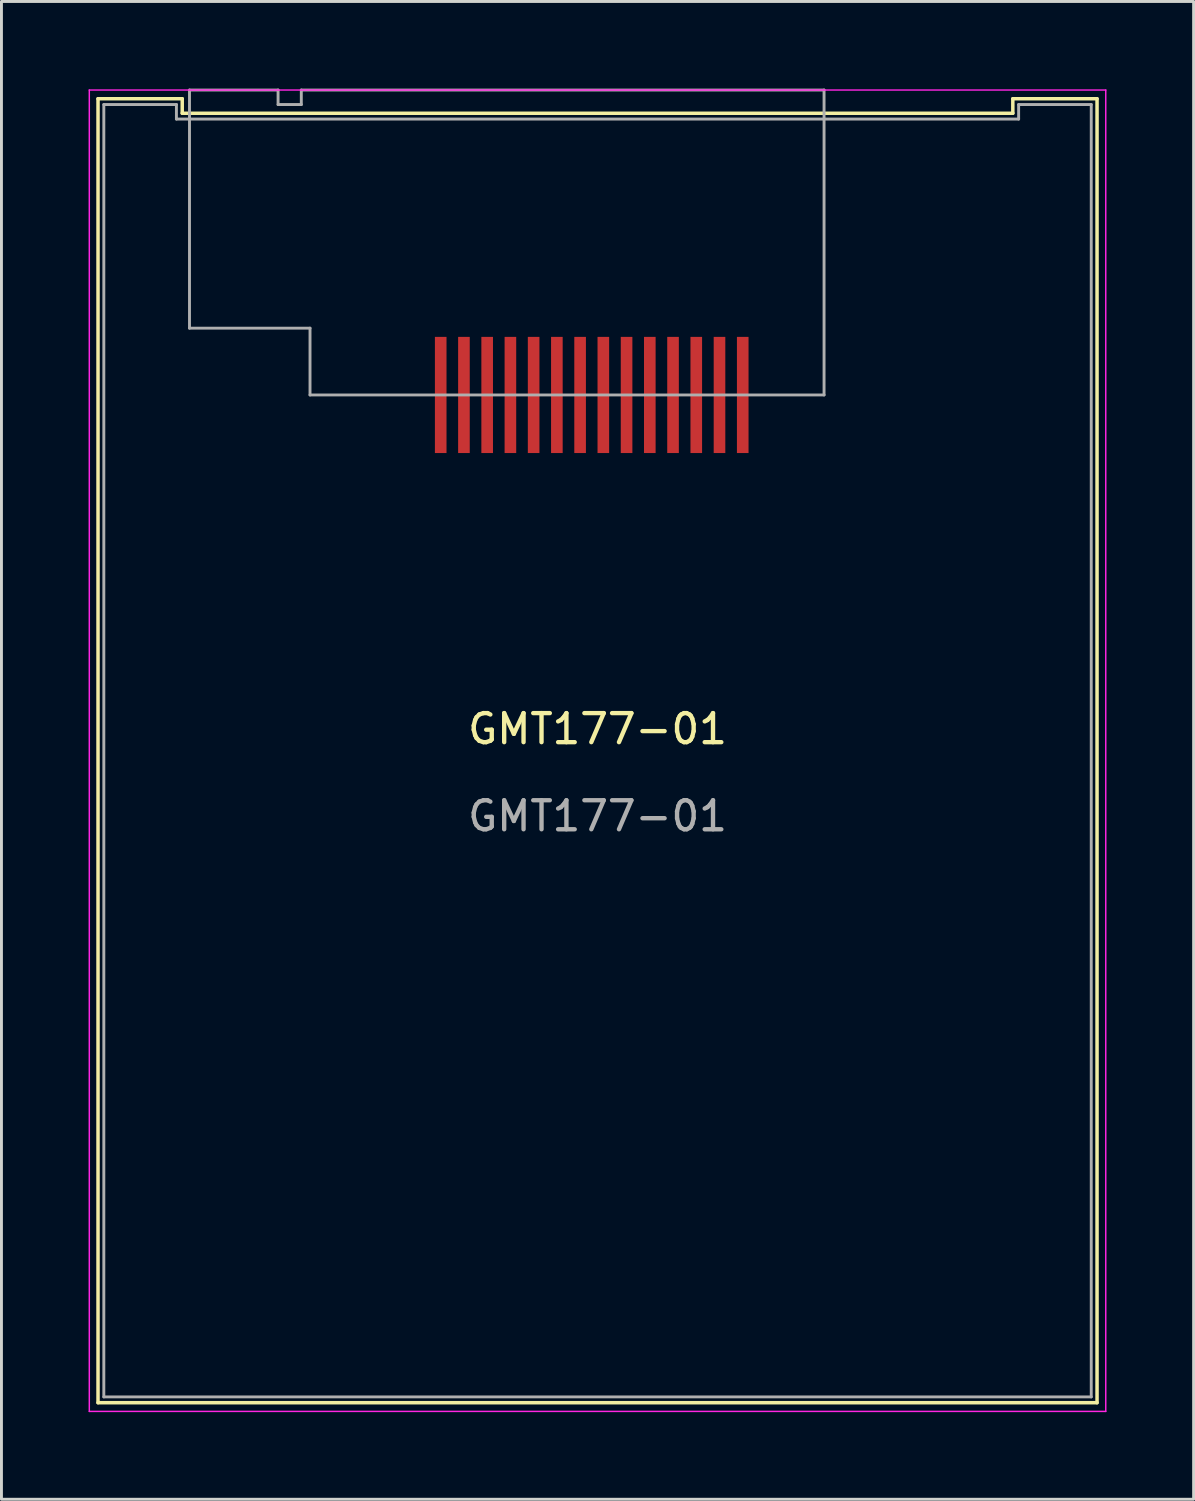
<source format=kicad_pcb>
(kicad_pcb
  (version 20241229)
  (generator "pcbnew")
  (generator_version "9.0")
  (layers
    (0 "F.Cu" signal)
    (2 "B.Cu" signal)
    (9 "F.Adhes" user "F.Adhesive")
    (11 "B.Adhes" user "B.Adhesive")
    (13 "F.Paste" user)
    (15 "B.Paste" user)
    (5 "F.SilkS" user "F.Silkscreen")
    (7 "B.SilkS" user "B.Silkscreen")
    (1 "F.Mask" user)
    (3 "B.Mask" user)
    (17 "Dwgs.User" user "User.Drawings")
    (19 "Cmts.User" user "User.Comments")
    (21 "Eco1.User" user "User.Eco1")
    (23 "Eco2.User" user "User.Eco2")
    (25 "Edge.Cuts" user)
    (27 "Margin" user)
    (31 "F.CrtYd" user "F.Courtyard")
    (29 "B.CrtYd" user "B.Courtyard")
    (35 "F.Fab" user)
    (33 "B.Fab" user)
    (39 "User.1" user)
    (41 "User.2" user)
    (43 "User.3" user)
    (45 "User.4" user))
  (footprint "GMT177-01"
    (layer "F.Cu")
    (at 17.525 22.55)
    (property "Reference" "GMT177-01" (at 0 -0.5 0) (unlocked yes) (layer "F.SilkS") (effects (font (size 1 1) (thickness 0.15))))
    (attr smd)
    (fp_line (start -17.2 -22.2) (end -17.2 22.7) (stroke (width 0.12) (type default)) (layer "F.SilkS"))
    (fp_line (start -17.2 22.7) (end 17.2 22.7) (stroke (width 0.12) (type default)) (layer "F.SilkS"))
    (fp_line (start -14.3 -22.2) (end -17.2 -22.2) (stroke (width 0.12) (type default)) (layer "F.SilkS"))
    (fp_line (start -14.3 -21.7) (end -14.3 -22.2) (stroke (width 0.12) (type default)) (layer "F.SilkS"))
    (fp_line (start 14.3 -22.2) (end 14.3 -21.7) (stroke (width 0.12) (type default)) (layer "F.SilkS"))
    (fp_line (start 14.3 -21.7) (end -14.3 -21.7) (stroke (width 0.12) (type default)) (layer "F.SilkS"))
    (fp_line (start 17.2 -22.2) (end 14.3 -22.2) (stroke (width 0.12) (type default)) (layer "F.SilkS"))
    (fp_line (start 17.2 22.7) (end 17.2 -22.2) (stroke (width 0.12) (type default)) (layer "F.SilkS"))
    (fp_line (start -17.5 -22.5) (end 17.5 -22.5) (stroke (width 0.05) (type default)) (layer "F.CrtYd"))
    (fp_line (start -17.5 23) (end -17.5 -22.5) (stroke (width 0.05) (type default)) (layer "F.CrtYd"))
    (fp_line (start 17.5 -22.5) (end 17.5 23) (stroke (width 0.05) (type default)) (layer "F.CrtYd"))
    (fp_line (start 17.5 23) (end -17.5 23) (stroke (width 0.05) (type default)) (layer "F.CrtYd"))
    (fp_line (start -17 -22) (end -14.5 -22) (stroke (width 0.1) (type default)) (layer "F.Fab"))
    (fp_line (start -17 22.5) (end -17 -22) (stroke (width 0.1) (type default)) (layer "F.Fab"))
    (fp_line (start -14.5 -21.5) (end -14.5 -22) (stroke (width 0.1) (type default)) (layer "F.Fab"))
    (fp_line (start -14.5 -21.5) (end 14.5 -21.5) (stroke (width 0.1) (type default)) (layer "F.Fab"))
    (fp_line (start -14.05 -14.3) (end -14.05 -22.5) (stroke (width 0.1) (type default)) (layer "F.Fab"))
    (fp_line (start -11 -22.5) (end -14.05 -22.5) (stroke (width 0.1) (type default)) (layer "F.Fab"))
    (fp_line (start -11 -22.5) (end -11 -22) (stroke (width 0.1) (type default)) (layer "F.Fab"))
    (fp_line (start -11 -22) (end -10.2 -22) (stroke (width 0.1) (type default)) (layer "F.Fab"))
    (fp_line (start -10.2 -22) (end -10.2 -22.5) (stroke (width 0.1) (type default)) (layer "F.Fab"))
    (fp_line (start -9.9 -14.3) (end -14.05 -14.3) (stroke (width 0.1) (type default)) (layer "F.Fab"))
    (fp_line (start -9.9 -14.3) (end -9.9 -12) (stroke (width 0.1) (type default)) (layer "F.Fab"))
    (fp_line (start 7.8 -22.5) (end -10.2 -22.5) (stroke (width 0.1) (type default)) (layer "F.Fab"))
    (fp_line (start 7.8 -22.5) (end 7.8 -12) (stroke (width 0.1) (type default)) (layer "F.Fab"))
    (fp_line (start 7.8 -12) (end -9.9 -12) (stroke (width 0.1) (type default)) (layer "F.Fab"))
    (fp_line (start 14.5 -22) (end 17 -22) (stroke (width 0.1) (type default)) (layer "F.Fab"))
    (fp_line (start 14.5 -21.5) (end 14.5 -22) (stroke (width 0.1) (type default)) (layer "F.Fab"))
    (fp_line (start 17 22.5) (end -17 22.5) (stroke (width 0.1) (type default)) (layer "F.Fab"))
    (fp_line (start 17 22.5) (end 17 -22) (stroke (width 0.1) (type default)) (layer "F.Fab"))
    (fp_text user "${REFERENCE}" (at 0 2.5 0) (unlocked yes) (layer "F.Fab") (effects (font (size 1 1) (thickness 0.15))))
    (pad "1" smd rect (at -5.4 -12) (size 0.4 4) (layers "F.Cu" "F.Mask" "F.Paste"))
    (pad "2" smd rect (at -4.6 -12) (size 0.4 4) (layers "F.Cu" "F.Mask" "F.Paste"))
    (pad "3" smd rect (at -3.8 -12) (size 0.4 4) (layers "F.Cu" "F.Mask" "F.Paste"))
    (pad "4" smd rect (at -3 -12) (size 0.4 4) (layers "F.Cu" "F.Mask" "F.Paste"))
    (pad "5" smd rect (at -2.2 -12) (size 0.4 4) (layers "F.Cu" "F.Mask" "F.Paste"))
    (pad "6" smd rect (at -1.4 -12) (size 0.4 4) (layers "F.Cu" "F.Mask" "F.Paste"))
    (pad "7" smd rect (at -0.6 -12) (size 0.4 4) (layers "F.Cu" "F.Mask" "F.Paste"))
    (pad "8" smd rect (at 0.2 -12) (size 0.4 4) (layers "F.Cu" "F.Mask" "F.Paste"))
    (pad "9" smd rect (at 1 -12) (size 0.4 4) (layers "F.Cu" "F.Mask" "F.Paste"))
    (pad "10" smd rect (at 1.8 -12) (size 0.4 4) (layers "F.Cu" "F.Mask" "F.Paste"))
    (pad "11" smd rect (at 2.6 -12) (size 0.4 4) (layers "F.Cu" "F.Mask" "F.Paste"))
    (pad "12" smd rect (at 3.4 -12) (size 0.4 4) (layers "F.Cu" "F.Mask" "F.Paste"))
    (pad "13" smd rect (at 4.2 -12) (size 0.4 4) (layers "F.Cu" "F.Mask" "F.Paste"))
    (pad "14" smd rect (at 5 -12) (size 0.4 4) (layers "F.Cu" "F.Mask" "F.Paste")))
  (gr_rect
    (start -3 -3)
    (end 38.05 48.575)
    (stroke (width 0.1) (type default))
    (fill no)
    (layer "Edge.Cuts")))
</source>
